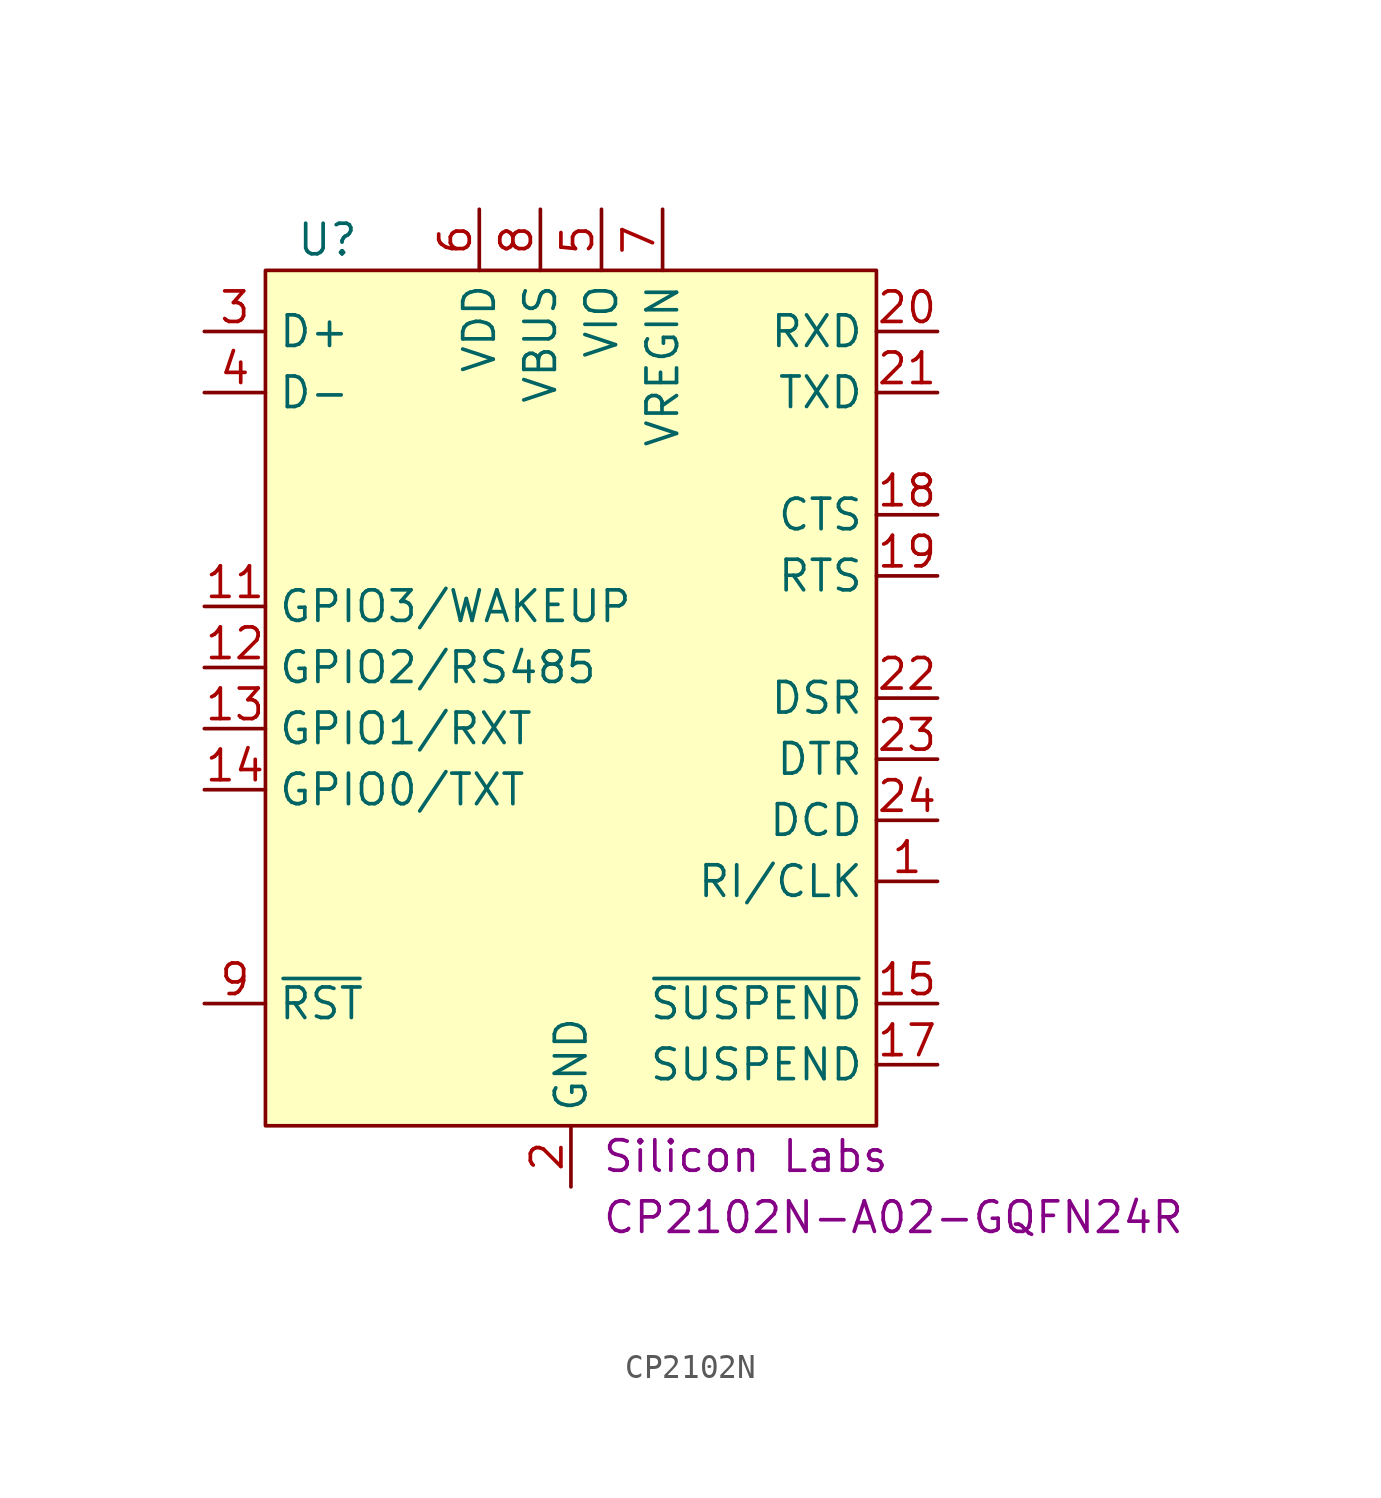
<source format=kicad_sym>
(kicad_symbol_lib
  (version 20211014)
  (generator kicad_symbol_editor)
  (symbol "CP2102N"
    (property "Reference" "U"
      (at -11.43 19.05 0)
      (effects (font (size 1.27 1.27)) (justify left)))
    (property "Manufacturer" "Silicon Labs"
      (at 1.27 -19.05 0)
      (effects (font (size 1.27 1.27)) (justify left)))
    (property "MPN" "CP2102N-A02-GQFN24R"
      (at 1.27 -21.59 0)
      (effects (font (size 1.27 1.27)) (justify left)))
    (symbol "CP2102N_0_0"
      (pin unspecified line (at 15.24 -7.62 180) (length 2.54) (name "RI/CLK" (effects (font (size 1.27 1.27)))) (number "1" (effects (font (size 1.27 1.27)))))
      (pin no_connect line (at -15.24 -15.24 0) (length 2.54) hide (name "NC" (effects (font (size 1.27 1.27)))) (number "10" (effects (font (size 1.27 1.27)))))
      (pin bidirectional line (at -15.24 3.81 0) (length 2.54) (name "GPIO3/WAKEUP" (effects (font (size 1.27 1.27)))) (number "11" (effects (font (size 1.27 1.27)))))
      (pin bidirectional line (at -15.24 1.27 0) (length 2.54) (name "GPIO2/RS485" (effects (font (size 1.27 1.27)))) (number "12" (effects (font (size 1.27 1.27)))))
      (pin bidirectional line (at -15.24 -1.27 0) (length 2.54) (name "GPIO1/RXT" (effects (font (size 1.27 1.27)))) (number "13" (effects (font (size 1.27 1.27)))))
      (pin bidirectional line (at -15.24 -3.81 0) (length 2.54) (name "GPIO0/TXT" (effects (font (size 1.27 1.27)))) (number "14" (effects (font (size 1.27 1.27)))))
      (pin output line (at 15.24 -12.7 180) (length 2.54) (name "~{SUSPEND}" (effects (font (size 1.27 1.27)))) (number "15" (effects (font (size 1.27 1.27)))))
      (pin no_connect line (at -15.24 -15.24 0) (length 2.54) hide (name "NC" (effects (font (size 1.27 1.27)))) (number "16" (effects (font (size 1.27 1.27)))))
      (pin output line (at 15.24 -15.24 180) (length 2.54) (name "SUSPEND" (effects (font (size 1.27 1.27)))) (number "17" (effects (font (size 1.27 1.27)))))
      (pin input line (at 15.24 7.62 180) (length 2.54) (name "CTS" (effects (font (size 1.27 1.27)))) (number "18" (effects (font (size 1.27 1.27)))))
      (pin output line (at 15.24 5.08 180) (length 2.54) (name "RTS" (effects (font (size 1.27 1.27)))) (number "19" (effects (font (size 1.27 1.27)))))
      (pin power_in line (at 0 -20.32 90) (length 2.54) (name "GND" (effects (font (size 1.27 1.27)))) (number "2" (effects (font (size 1.27 1.27)))))
      (pin input line (at 15.24 15.24 180) (length 2.54) (name "RXD" (effects (font (size 1.27 1.27)))) (number "20" (effects (font (size 1.27 1.27)))))
      (pin output line (at 15.24 12.7 180) (length 2.54) (name "TXD" (effects (font (size 1.27 1.27)))) (number "21" (effects (font (size 1.27 1.27)))))
      (pin input line (at 15.24 0 180) (length 2.54) (name "DSR" (effects (font (size 1.27 1.27)))) (number "22" (effects (font (size 1.27 1.27)))))
      (pin output line (at 15.24 -2.54 180) (length 2.54) (name "DTR" (effects (font (size 1.27 1.27)))) (number "23" (effects (font (size 1.27 1.27)))))
      (pin input line (at 15.24 -5.08 180) (length 2.54) (name "DCD" (effects (font (size 1.27 1.27)))) (number "24" (effects (font (size 1.27 1.27)))))
      (pin input line (at -15.24 15.24 0) (length 2.54) (name "D+" (effects (font (size 1.27 1.27)))) (number "3" (effects (font (size 1.27 1.27)))))
      (pin input line (at -15.24 12.7 0) (length 2.54) (name "D-" (effects (font (size 1.27 1.27)))) (number "4" (effects (font (size 1.27 1.27)))))
      (pin power_in line (at 1.27 20.32 270) (length 2.54) (name "VIO" (effects (font (size 1.27 1.27)))) (number "5" (effects (font (size 1.27 1.27)))))
      (pin power_in line (at -3.81 20.32 270) (length 2.54) (name "VDD" (effects (font (size 1.27 1.27)))) (number "6" (effects (font (size 1.27 1.27)))))
      (pin power_in line (at 3.81 20.32 270) (length 2.54) (name "VREGIN" (effects (font (size 1.27 1.27)))) (number "7" (effects (font (size 1.27 1.27)))))
      (pin power_in line (at -1.27 20.32 270) (length 2.54) (name "VBUS" (effects (font (size 1.27 1.27)))) (number "8" (effects (font (size 1.27 1.27)))))
      (pin input line (at -15.24 -12.7 0) (length 2.54) (name "~{RST}" (effects (font (size 1.27 1.27)))) (number "9" (effects (font (size 1.27 1.27)))))
      (pin power_in line (at 0 -20.32 90) (length 2.54) hide (name "GND" (effects (font (size 1.27 1.27)))) (number "PAD" (effects (font (size 1.27 1.27))))))
    (symbol "CP2102N_0_1"
      (rectangle (start -12.7 17.78) (end 12.7 -17.78) (stroke (width 0.152) (type default) (color 0 0 0 0)) (fill (type background))))))
</source>
